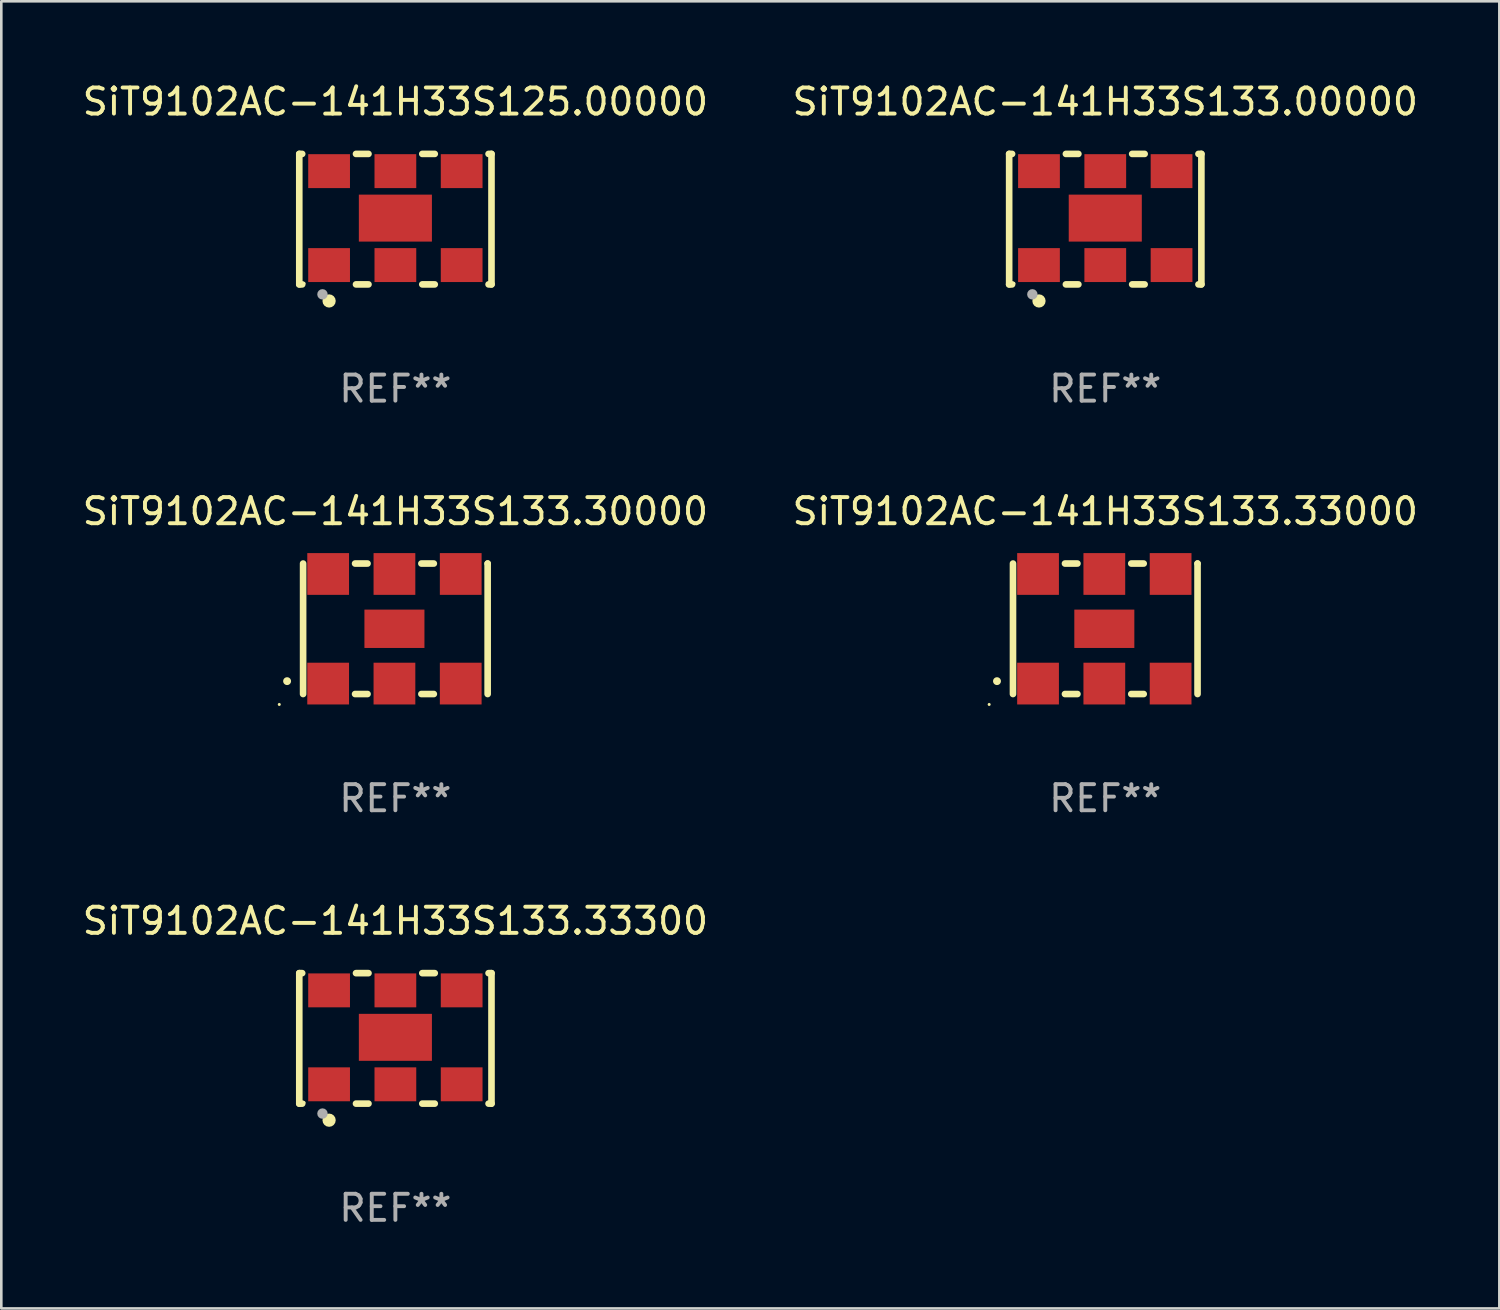
<source format=kicad_pcb>
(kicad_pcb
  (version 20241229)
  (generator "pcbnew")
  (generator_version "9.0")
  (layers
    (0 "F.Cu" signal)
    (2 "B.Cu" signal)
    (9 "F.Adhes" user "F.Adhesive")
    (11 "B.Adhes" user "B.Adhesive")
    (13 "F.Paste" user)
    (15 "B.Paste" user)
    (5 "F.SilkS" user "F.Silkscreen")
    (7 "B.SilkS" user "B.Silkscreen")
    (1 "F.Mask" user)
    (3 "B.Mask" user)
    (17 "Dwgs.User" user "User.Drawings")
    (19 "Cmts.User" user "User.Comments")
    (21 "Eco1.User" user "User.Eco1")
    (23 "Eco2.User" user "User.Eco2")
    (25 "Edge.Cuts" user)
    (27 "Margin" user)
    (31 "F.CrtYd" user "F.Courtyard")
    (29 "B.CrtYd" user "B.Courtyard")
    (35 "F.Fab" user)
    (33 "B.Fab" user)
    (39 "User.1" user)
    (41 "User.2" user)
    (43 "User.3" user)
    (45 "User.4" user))
  (footprint "SiT9102AC-141H33S133.33300"
    (layer "F.Cu")
    (at 12.101 36.741)
    (property "Reference" "SiT9102AC-141H33S133.33300" (at 0 -4.5 0) (layer "F.SilkS") (effects (font (size 1 1) (thickness 0.15))))
    (attr through_hole)
    (fp_line (start -3.683 -2.5) (end -3.571 -2.5) (stroke (width 0.254) (type solid)) (layer "F.SilkS"))
    (fp_line (start -3.683 2.5) (end -3.683 -2.5) (stroke (width 0.254) (type solid)) (layer "F.SilkS"))
    (fp_line (start -3.683 2.5) (end -3.571 2.5) (stroke (width 0.254) (type solid)) (layer "F.SilkS"))
    (fp_line (start -1.509 -2.5) (end -1.031 -2.5) (stroke (width 0.254) (type solid)) (layer "F.SilkS"))
    (fp_line (start -1.509 2.5) (end -1.031 2.5) (stroke (width 0.254) (type solid)) (layer "F.SilkS"))
    (fp_line (start 1.031 -2.5) (end 1.509 -2.5) (stroke (width 0.254) (type solid)) (layer "F.SilkS"))
    (fp_line (start 1.031 2.5) (end 1.509 2.5) (stroke (width 0.254) (type solid)) (layer "F.SilkS"))
    (fp_line (start 3.571 -2.5) (end 3.683 -2.5) (stroke (width 0.254) (type solid)) (layer "F.SilkS"))
    (fp_line (start 3.571 2.5) (end 3.683 2.5) (stroke (width 0.254) (type solid)) (layer "F.SilkS"))
    (fp_line (start 3.683 2.5) (end 3.683 -2.5) (stroke (width 0.254) (type solid)) (layer "F.SilkS"))
    (fp_circle (center -3.5 2.46) (end -3.47 2.46) (stroke (width 0.06) (type solid)) (fill no) (layer "F.SilkS"))
    (fp_circle (center -2.54 3.135) (end -2.413 3.135) (stroke (width 0.254) (type solid)) (fill no) (layer "F.SilkS"))
    (fp_circle (center -2.794 2.881) (end -2.694 2.881) (stroke (width 0.2) (type solid)) (fill no) (layer "F.Fab"))
    (fp_text user "REF**" (at 0 6.5 0) (layer "F.Fab") (effects (font (size 1 1) (thickness 0.15))))
    (pad "1" smd rect (at -2.54 1.76) (size 1.6 1.3) (layers "F.Cu" "F.Mask" "F.Paste"))
    (pad "2" smd rect (at 0 1.76) (size 1.6 1.3) (layers "F.Cu" "F.Mask" "F.Paste"))
    (pad "3" smd rect (at 2.54 1.76) (size 1.6 1.3) (layers "F.Cu" "F.Mask" "F.Paste"))
    (pad "4" smd rect (at 2.54 -1.84) (size 1.6 1.3) (layers "F.Cu" "F.Mask" "F.Paste"))
    (pad "5" smd rect (at 0 -1.84) (size 1.6 1.3) (layers "F.Cu" "F.Mask" "F.Paste"))
    (pad "6" smd rect (at -2.54 -1.84) (size 1.6 1.3) (layers "F.Cu" "F.Mask" "F.Paste"))
    (pad "7" smd rect (at 0 -0.04) (size 2.8 1.8) (layers "F.Cu" "F.Mask" "F.Paste")))
  (footprint "SiT9102AC-141H33S133.30000"
    (layer "F.Cu")
    (at 12.101 21.045)
    (property "Reference" "SiT9102AC-141H33S133.30000" (at 0 -4.5 0) (layer "F.SilkS") (effects (font (size 1 1) (thickness 0.15))))
    (attr through_hole)
    (fp_line (start -3.536 -2.5) (end -3.536 2.5) (stroke (width 0.254) (type solid)) (layer "F.SilkS"))
    (fp_line (start -1.544 2.5) (end -1.067 2.5) (stroke (width 0.254) (type solid)) (layer "F.SilkS"))
    (fp_line (start -1.067 -2.5) (end -1.544 -2.5) (stroke (width 0.254) (type solid)) (layer "F.SilkS"))
    (fp_line (start 0.996 2.5) (end 1.473 2.5) (stroke (width 0.254) (type solid)) (layer "F.SilkS"))
    (fp_line (start 1.473 -2.5) (end 0.996 -2.5) (stroke (width 0.254) (type solid)) (layer "F.SilkS"))
    (fp_line (start 3.536 -2.5) (end 3.536 -2.5) (stroke (width 0.254) (type solid)) (layer "F.SilkS"))
    (fp_line (start 3.536 2.5) (end 3.536 -2.5) (stroke (width 0.254) (type solid)) (layer "F.SilkS"))
    (fp_arc (start -4.150432 2.006604) (mid -4.149162 2.006599) (end -4.147892 2.006604) (stroke (width 0.3) (type solid)) (layer "F.SilkS"))
    (fp_circle (center -4.449 2.9) (end -4.419 2.9) (stroke (width 0.06) (type solid)) (fill no) (layer "F.SilkS"))
    (fp_text user "REF**" (at 0 6.5 0) (layer "F.Fab") (effects (font (size 1 1) (thickness 0.15))))
    (pad "1" smd rect (at -2.576 2.1) (size 1.6 1.6) (layers "F.Cu" "F.Mask" "F.Paste"))
    (pad "2" smd rect (at -0.036 2.1) (size 1.6 1.6) (layers "F.Cu" "F.Mask" "F.Paste"))
    (pad "3" smd rect (at 2.504 2.1) (size 1.6 1.6) (layers "F.Cu" "F.Mask" "F.Paste"))
    (pad "4" smd rect (at 2.504 -2.1) (size 1.6 1.6) (layers "F.Cu" "F.Mask" "F.Paste"))
    (pad "5" smd rect (at -0.036 -2.1) (size 1.6 1.6) (layers "F.Cu" "F.Mask" "F.Paste"))
    (pad "6" smd rect (at -2.576 -2.1) (size 1.6 1.6) (layers "F.Cu" "F.Mask" "F.Paste"))
    (pad "7" smd rect (at -0.036 0) (size 2.3 1.47) (layers "F.Cu" "F.Mask" "F.Paste")))
  (footprint "SiT9102AC-141H33S125.00000"
    (layer "F.Cu")
    (at 12.101 5.348)
    (property "Reference" "SiT9102AC-141H33S125.00000" (at 0 -4.5 0) (layer "F.SilkS") (effects (font (size 1 1) (thickness 0.15))))
    (attr through_hole)
    (fp_line (start -3.683 -2.5) (end -3.571 -2.5) (stroke (width 0.254) (type solid)) (layer "F.SilkS"))
    (fp_line (start -3.683 2.5) (end -3.683 -2.5) (stroke (width 0.254) (type solid)) (layer "F.SilkS"))
    (fp_line (start -3.683 2.5) (end -3.571 2.5) (stroke (width 0.254) (type solid)) (layer "F.SilkS"))
    (fp_line (start -1.509 -2.5) (end -1.031 -2.5) (stroke (width 0.254) (type solid)) (layer "F.SilkS"))
    (fp_line (start -1.509 2.5) (end -1.031 2.5) (stroke (width 0.254) (type solid)) (layer "F.SilkS"))
    (fp_line (start 1.031 -2.5) (end 1.509 -2.5) (stroke (width 0.254) (type solid)) (layer "F.SilkS"))
    (fp_line (start 1.031 2.5) (end 1.509 2.5) (stroke (width 0.254) (type solid)) (layer "F.SilkS"))
    (fp_line (start 3.571 -2.5) (end 3.683 -2.5) (stroke (width 0.254) (type solid)) (layer "F.SilkS"))
    (fp_line (start 3.571 2.5) (end 3.683 2.5) (stroke (width 0.254) (type solid)) (layer "F.SilkS"))
    (fp_line (start 3.683 2.5) (end 3.683 -2.5) (stroke (width 0.254) (type solid)) (layer "F.SilkS"))
    (fp_circle (center -3.5 2.46) (end -3.47 2.46) (stroke (width 0.06) (type solid)) (fill no) (layer "F.SilkS"))
    (fp_circle (center -2.54 3.135) (end -2.413 3.135) (stroke (width 0.254) (type solid)) (fill no) (layer "F.SilkS"))
    (fp_circle (center -2.794 2.881) (end -2.694 2.881) (stroke (width 0.2) (type solid)) (fill no) (layer "F.Fab"))
    (fp_text user "REF**" (at 0 6.5 0) (layer "F.Fab") (effects (font (size 1 1) (thickness 0.15))))
    (pad "1" smd rect (at -2.54 1.76) (size 1.6 1.3) (layers "F.Cu" "F.Mask" "F.Paste"))
    (pad "2" smd rect (at 0 1.76) (size 1.6 1.3) (layers "F.Cu" "F.Mask" "F.Paste"))
    (pad "3" smd rect (at 2.54 1.76) (size 1.6 1.3) (layers "F.Cu" "F.Mask" "F.Paste"))
    (pad "4" smd rect (at 2.54 -1.84) (size 1.6 1.3) (layers "F.Cu" "F.Mask" "F.Paste"))
    (pad "5" smd rect (at 0 -1.84) (size 1.6 1.3) (layers "F.Cu" "F.Mask" "F.Paste"))
    (pad "6" smd rect (at -2.54 -1.84) (size 1.6 1.3) (layers "F.Cu" "F.Mask" "F.Paste"))
    (pad "7" smd rect (at 0 -0.04) (size 2.8 1.8) (layers "F.Cu" "F.Mask" "F.Paste")))
  (footprint "SiT9102AC-141H33S133.00000"
    (layer "F.Cu")
    (at 39.304 5.348)
    (property "Reference" "SiT9102AC-141H33S133.00000" (at 0 -4.5 0) (layer "F.SilkS") (effects (font (size 1 1) (thickness 0.15))))
    (attr through_hole)
    (fp_line (start -3.683 -2.5) (end -3.571 -2.5) (stroke (width 0.254) (type solid)) (layer "F.SilkS"))
    (fp_line (start -3.683 2.5) (end -3.683 -2.5) (stroke (width 0.254) (type solid)) (layer "F.SilkS"))
    (fp_line (start -3.683 2.5) (end -3.571 2.5) (stroke (width 0.254) (type solid)) (layer "F.SilkS"))
    (fp_line (start -1.509 -2.5) (end -1.031 -2.5) (stroke (width 0.254) (type solid)) (layer "F.SilkS"))
    (fp_line (start -1.509 2.5) (end -1.031 2.5) (stroke (width 0.254) (type solid)) (layer "F.SilkS"))
    (fp_line (start 1.031 -2.5) (end 1.509 -2.5) (stroke (width 0.254) (type solid)) (layer "F.SilkS"))
    (fp_line (start 1.031 2.5) (end 1.509 2.5) (stroke (width 0.254) (type solid)) (layer "F.SilkS"))
    (fp_line (start 3.571 -2.5) (end 3.683 -2.5) (stroke (width 0.254) (type solid)) (layer "F.SilkS"))
    (fp_line (start 3.571 2.5) (end 3.683 2.5) (stroke (width 0.254) (type solid)) (layer "F.SilkS"))
    (fp_line (start 3.683 2.5) (end 3.683 -2.5) (stroke (width 0.254) (type solid)) (layer "F.SilkS"))
    (fp_circle (center -3.5 2.46) (end -3.47 2.46) (stroke (width 0.06) (type solid)) (fill no) (layer "F.SilkS"))
    (fp_circle (center -2.54 3.135) (end -2.413 3.135) (stroke (width 0.254) (type solid)) (fill no) (layer "F.SilkS"))
    (fp_circle (center -2.794 2.881) (end -2.694 2.881) (stroke (width 0.2) (type solid)) (fill no) (layer "F.Fab"))
    (fp_text user "REF**" (at 0 6.5 0) (layer "F.Fab") (effects (font (size 1 1) (thickness 0.15))))
    (pad "1" smd rect (at -2.54 1.76) (size 1.6 1.3) (layers "F.Cu" "F.Mask" "F.Paste"))
    (pad "2" smd rect (at 0 1.76) (size 1.6 1.3) (layers "F.Cu" "F.Mask" "F.Paste"))
    (pad "3" smd rect (at 2.54 1.76) (size 1.6 1.3) (layers "F.Cu" "F.Mask" "F.Paste"))
    (pad "4" smd rect (at 2.54 -1.84) (size 1.6 1.3) (layers "F.Cu" "F.Mask" "F.Paste"))
    (pad "5" smd rect (at 0 -1.84) (size 1.6 1.3) (layers "F.Cu" "F.Mask" "F.Paste"))
    (pad "6" smd rect (at -2.54 -1.84) (size 1.6 1.3) (layers "F.Cu" "F.Mask" "F.Paste"))
    (pad "7" smd rect (at 0 -0.04) (size 2.8 1.8) (layers "F.Cu" "F.Mask" "F.Paste")))
  (footprint "SiT9102AC-141H33S133.33000"
    (layer "F.Cu")
    (at 39.304 21.045)
    (property "Reference" "SiT9102AC-141H33S133.33000" (at 0 -4.5 0) (layer "F.SilkS") (effects (font (size 1 1) (thickness 0.15))))
    (attr through_hole)
    (fp_line (start -3.536 -2.5) (end -3.536 2.5) (stroke (width 0.254) (type solid)) (layer "F.SilkS"))
    (fp_line (start -1.544 2.5) (end -1.067 2.5) (stroke (width 0.254) (type solid)) (layer "F.SilkS"))
    (fp_line (start -1.067 -2.5) (end -1.544 -2.5) (stroke (width 0.254) (type solid)) (layer "F.SilkS"))
    (fp_line (start 0.996 2.5) (end 1.473 2.5) (stroke (width 0.254) (type solid)) (layer "F.SilkS"))
    (fp_line (start 1.473 -2.5) (end 0.996 -2.5) (stroke (width 0.254) (type solid)) (layer "F.SilkS"))
    (fp_line (start 3.536 -2.5) (end 3.536 -2.5) (stroke (width 0.254) (type solid)) (layer "F.SilkS"))
    (fp_line (start 3.536 2.5) (end 3.536 -2.5) (stroke (width 0.254) (type solid)) (layer "F.SilkS"))
    (fp_arc (start -4.150432 2.006604) (mid -4.149162 2.006599) (end -4.147892 2.006604) (stroke (width 0.3) (type solid)) (layer "F.SilkS"))
    (fp_circle (center -4.449 2.9) (end -4.419 2.9) (stroke (width 0.06) (type solid)) (fill no) (layer "F.SilkS"))
    (fp_text user "REF**" (at 0 6.5 0) (layer "F.Fab") (effects (font (size 1 1) (thickness 0.15))))
    (pad "1" smd rect (at -2.576 2.1) (size 1.6 1.6) (layers "F.Cu" "F.Mask" "F.Paste"))
    (pad "2" smd rect (at -0.036 2.1) (size 1.6 1.6) (layers "F.Cu" "F.Mask" "F.Paste"))
    (pad "3" smd rect (at 2.504 2.1) (size 1.6 1.6) (layers "F.Cu" "F.Mask" "F.Paste"))
    (pad "4" smd rect (at 2.504 -2.1) (size 1.6 1.6) (layers "F.Cu" "F.Mask" "F.Paste"))
    (pad "5" smd rect (at -0.036 -2.1) (size 1.6 1.6) (layers "F.Cu" "F.Mask" "F.Paste"))
    (pad "6" smd rect (at -2.576 -2.1) (size 1.6 1.6) (layers "F.Cu" "F.Mask" "F.Paste"))
    (pad "7" smd rect (at -0.036 0) (size 2.3 1.47) (layers "F.Cu" "F.Mask" "F.Paste")))
  (gr_rect
    (start -3 -3)
    (end 54.405 47.09)
    (stroke (width 0.1) (type default))
    (fill no)
    (layer "Edge.Cuts")))
</source>
